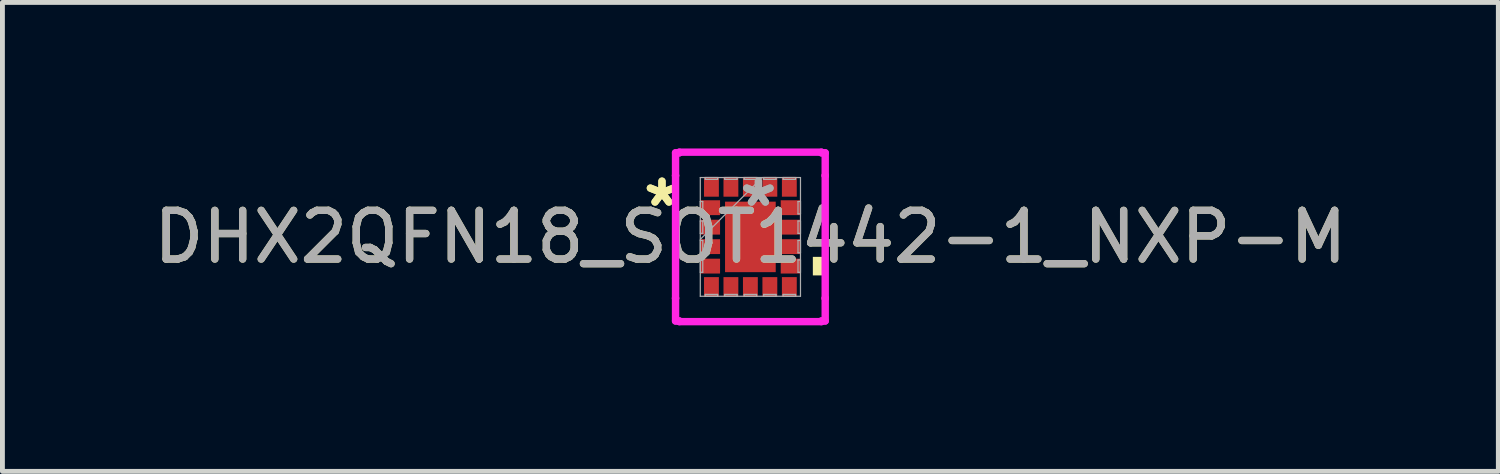
<source format=kicad_pcb>
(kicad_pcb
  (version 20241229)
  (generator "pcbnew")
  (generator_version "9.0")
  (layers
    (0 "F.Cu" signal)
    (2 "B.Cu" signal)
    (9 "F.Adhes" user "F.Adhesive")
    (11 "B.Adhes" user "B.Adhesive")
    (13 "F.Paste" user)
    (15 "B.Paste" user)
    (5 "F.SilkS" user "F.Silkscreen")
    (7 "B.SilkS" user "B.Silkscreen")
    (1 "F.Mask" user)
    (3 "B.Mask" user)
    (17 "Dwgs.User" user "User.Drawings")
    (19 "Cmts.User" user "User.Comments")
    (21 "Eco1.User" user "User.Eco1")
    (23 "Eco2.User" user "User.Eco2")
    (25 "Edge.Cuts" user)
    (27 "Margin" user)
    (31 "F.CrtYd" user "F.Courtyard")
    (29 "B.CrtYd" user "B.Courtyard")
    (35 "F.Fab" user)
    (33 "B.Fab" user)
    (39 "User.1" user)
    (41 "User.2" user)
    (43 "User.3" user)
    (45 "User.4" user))
  (footprint "DHX2QFN18_SOT1442-1_NXP-M"
    (layer "F.Cu")
    (at 12.363 1.816)
    (property "Reference" "DHX2QFN18_SOT1442-1_NXP-M" (at 0 0 0) (unlocked yes) (layer "F.SilkS") (effects (font (size 1 1) (thickness 0.15))))
    (attr smd)
    (fp_poly (pts (xy 1.537 0.41) (xy 1.537 0.791) (xy 1.283 0.791) (xy 1.283 0.41)) (stroke (width 0) (type solid)) (fill yes) (layer "F.SilkS"))
    (fp_line (start -1.537 -1.727) (end -1.46 -1.727) (stroke (width 0.152) (type solid)) (layer "F.CrtYd"))
    (fp_line (start -1.537 -1.26) (end -1.537 -1.727) (stroke (width 0.152) (type solid)) (layer "F.CrtYd"))
    (fp_line (start -1.537 -1.26) (end -1.537 -1.26) (stroke (width 0.152) (type solid)) (layer "F.CrtYd"))
    (fp_line (start -1.537 1.26) (end -1.537 -1.26) (stroke (width 0.152) (type solid)) (layer "F.CrtYd"))
    (fp_line (start -1.537 1.26) (end -1.537 1.26) (stroke (width 0.152) (type solid)) (layer "F.CrtYd"))
    (fp_line (start -1.537 1.727) (end -1.537 1.26) (stroke (width 0.152) (type solid)) (layer "F.CrtYd"))
    (fp_line (start -1.46 -1.74) (end 1.46 -1.74) (stroke (width 0.152) (type solid)) (layer "F.CrtYd"))
    (fp_line (start -1.46 -1.727) (end -1.46 -1.74) (stroke (width 0.152) (type solid)) (layer "F.CrtYd"))
    (fp_line (start -1.46 1.727) (end -1.537 1.727) (stroke (width 0.152) (type solid)) (layer "F.CrtYd"))
    (fp_line (start -1.46 1.74) (end -1.46 1.727) (stroke (width 0.152) (type solid)) (layer "F.CrtYd"))
    (fp_line (start 1.46 -1.74) (end 1.46 -1.727) (stroke (width 0.152) (type solid)) (layer "F.CrtYd"))
    (fp_line (start 1.46 -1.727) (end 1.537 -1.727) (stroke (width 0.152) (type solid)) (layer "F.CrtYd"))
    (fp_line (start 1.46 1.727) (end 1.46 1.74) (stroke (width 0.152) (type solid)) (layer "F.CrtYd"))
    (fp_line (start 1.46 1.74) (end -1.46 1.74) (stroke (width 0.152) (type solid)) (layer "F.CrtYd"))
    (fp_line (start 1.537 -1.727) (end 1.537 -1.26) (stroke (width 0.152) (type solid)) (layer "F.CrtYd"))
    (fp_line (start 1.537 -1.26) (end 1.537 -1.26) (stroke (width 0.152) (type solid)) (layer "F.CrtYd"))
    (fp_line (start 1.537 -1.26) (end 1.537 1.26) (stroke (width 0.152) (type solid)) (layer "F.CrtYd"))
    (fp_line (start 1.537 1.26) (end 1.537 1.26) (stroke (width 0.152) (type solid)) (layer "F.CrtYd"))
    (fp_line (start 1.537 1.26) (end 1.537 1.727) (stroke (width 0.152) (type solid)) (layer "F.CrtYd"))
    (fp_line (start 1.537 1.727) (end 1.46 1.727) (stroke (width 0.152) (type solid)) (layer "F.CrtYd"))
    (fp_line (start -1.029 -1.219) (end -1.029 1.219) (stroke (width 0.025) (type solid)) (layer "F.Fab"))
    (fp_line (start -1.029 -0.727) (end -0.978 -0.727) (stroke (width 0.025) (type solid)) (layer "F.Fab"))
    (fp_line (start -1.029 -0.473) (end -1.029 -0.727) (stroke (width 0.025) (type solid)) (layer "F.Fab"))
    (fp_line (start -1.029 -0.327) (end -0.978 -0.327) (stroke (width 0.025) (type solid)) (layer "F.Fab"))
    (fp_line (start -1.029 -0.073) (end -1.029 -0.327) (stroke (width 0.025) (type solid)) (layer "F.Fab"))
    (fp_line (start -1.029 0.051) (end 0.241 -1.219) (stroke (width 0.025) (type solid)) (layer "F.Fab"))
    (fp_line (start -1.029 0.073) (end -0.978 0.073) (stroke (width 0.025) (type solid)) (layer "F.Fab"))
    (fp_line (start -1.029 0.327) (end -1.029 0.073) (stroke (width 0.025) (type solid)) (layer "F.Fab"))
    (fp_line (start -1.029 0.473) (end -0.978 0.473) (stroke (width 0.025) (type solid)) (layer "F.Fab"))
    (fp_line (start -1.029 0.727) (end -1.029 0.473) (stroke (width 0.025) (type solid)) (layer "F.Fab"))
    (fp_line (start -1.029 1.219) (end 1.029 1.219) (stroke (width 0.025) (type solid)) (layer "F.Fab"))
    (fp_line (start -0.978 -0.727) (end -0.978 -0.473) (stroke (width 0.025) (type solid)) (layer "F.Fab"))
    (fp_line (start -0.978 -0.473) (end -1.029 -0.473) (stroke (width 0.025) (type solid)) (layer "F.Fab"))
    (fp_line (start -0.978 -0.327) (end -0.978 -0.073) (stroke (width 0.025) (type solid)) (layer "F.Fab"))
    (fp_line (start -0.978 -0.073) (end -1.029 -0.073) (stroke (width 0.025) (type solid)) (layer "F.Fab"))
    (fp_line (start -0.978 0.073) (end -0.978 0.327) (stroke (width 0.025) (type solid)) (layer "F.Fab"))
    (fp_line (start -0.978 0.327) (end -1.029 0.327) (stroke (width 0.025) (type solid)) (layer "F.Fab"))
    (fp_line (start -0.978 0.473) (end -0.978 0.727) (stroke (width 0.025) (type solid)) (layer "F.Fab"))
    (fp_line (start -0.978 0.727) (end -1.029 0.727) (stroke (width 0.025) (type solid)) (layer "F.Fab"))
    (fp_line (start -0.927 -1.219) (end -0.673 -1.219) (stroke (width 0.025) (type solid)) (layer "F.Fab"))
    (fp_line (start -0.927 -1.181) (end -0.927 -1.219) (stroke (width 0.025) (type solid)) (layer "F.Fab"))
    (fp_line (start -0.927 1.181) (end -0.673 1.181) (stroke (width 0.025) (type solid)) (layer "F.Fab"))
    (fp_line (start -0.927 1.219) (end -0.927 1.181) (stroke (width 0.025) (type solid)) (layer "F.Fab"))
    (fp_line (start -0.673 -1.219) (end -0.673 -1.181) (stroke (width 0.025) (type solid)) (layer "F.Fab"))
    (fp_line (start -0.673 -1.181) (end -0.927 -1.181) (stroke (width 0.025) (type solid)) (layer "F.Fab"))
    (fp_line (start -0.673 1.181) (end -0.673 1.219) (stroke (width 0.025) (type solid)) (layer "F.Fab"))
    (fp_line (start -0.673 1.219) (end -0.927 1.219) (stroke (width 0.025) (type solid)) (layer "F.Fab"))
    (fp_line (start -0.527 -1.219) (end -0.273 -1.219) (stroke (width 0.025) (type solid)) (layer "F.Fab"))
    (fp_line (start -0.527 -1.181) (end -0.527 -1.219) (stroke (width 0.025) (type solid)) (layer "F.Fab"))
    (fp_line (start -0.527 1.181) (end -0.273 1.181) (stroke (width 0.025) (type solid)) (layer "F.Fab"))
    (fp_line (start -0.527 1.219) (end -0.527 1.181) (stroke (width 0.025) (type solid)) (layer "F.Fab"))
    (fp_line (start -0.273 -1.219) (end -0.273 -1.181) (stroke (width 0.025) (type solid)) (layer "F.Fab"))
    (fp_line (start -0.273 -1.181) (end -0.527 -1.181) (stroke (width 0.025) (type solid)) (layer "F.Fab"))
    (fp_line (start -0.273 1.181) (end -0.273 1.219) (stroke (width 0.025) (type solid)) (layer "F.Fab"))
    (fp_line (start -0.273 1.219) (end -0.527 1.219) (stroke (width 0.025) (type solid)) (layer "F.Fab"))
    (fp_line (start -0.127 -1.219) (end 0.127 -1.219) (stroke (width 0.025) (type solid)) (layer "F.Fab"))
    (fp_line (start -0.127 -1.181) (end -0.127 -1.219) (stroke (width 0.025) (type solid)) (layer "F.Fab"))
    (fp_line (start -0.127 1.181) (end 0.127 1.181) (stroke (width 0.025) (type solid)) (layer "F.Fab"))
    (fp_line (start -0.127 1.219) (end -0.127 1.181) (stroke (width 0.025) (type solid)) (layer "F.Fab"))
    (fp_line (start 0.127 -1.219) (end 0.127 -1.181) (stroke (width 0.025) (type solid)) (layer "F.Fab"))
    (fp_line (start 0.127 -1.181) (end -0.127 -1.181) (stroke (width 0.025) (type solid)) (layer "F.Fab"))
    (fp_line (start 0.127 1.181) (end 0.127 1.219) (stroke (width 0.025) (type solid)) (layer "F.Fab"))
    (fp_line (start 0.127 1.219) (end -0.127 1.219) (stroke (width 0.025) (type solid)) (layer "F.Fab"))
    (fp_line (start 0.273 -1.219) (end 0.527 -1.219) (stroke (width 0.025) (type solid)) (layer "F.Fab"))
    (fp_line (start 0.273 -1.181) (end 0.273 -1.219) (stroke (width 0.025) (type solid)) (layer "F.Fab"))
    (fp_line (start 0.273 1.181) (end 0.527 1.181) (stroke (width 0.025) (type solid)) (layer "F.Fab"))
    (fp_line (start 0.273 1.219) (end 0.273 1.181) (stroke (width 0.025) (type solid)) (layer "F.Fab"))
    (fp_line (start 0.527 -1.219) (end 0.527 -1.181) (stroke (width 0.025) (type solid)) (layer "F.Fab"))
    (fp_line (start 0.527 -1.181) (end 0.273 -1.181) (stroke (width 0.025) (type solid)) (layer "F.Fab"))
    (fp_line (start 0.527 1.181) (end 0.527 1.219) (stroke (width 0.025) (type solid)) (layer "F.Fab"))
    (fp_line (start 0.527 1.219) (end 0.273 1.219) (stroke (width 0.025) (type solid)) (layer "F.Fab"))
    (fp_line (start 0.673 -1.219) (end 0.927 -1.219) (stroke (width 0.025) (type solid)) (layer "F.Fab"))
    (fp_line (start 0.673 -1.181) (end 0.673 -1.219) (stroke (width 0.025) (type solid)) (layer "F.Fab"))
    (fp_line (start 0.673 1.181) (end 0.927 1.181) (stroke (width 0.025) (type solid)) (layer "F.Fab"))
    (fp_line (start 0.673 1.219) (end 0.673 1.181) (stroke (width 0.025) (type solid)) (layer "F.Fab"))
    (fp_line (start 0.927 -1.219) (end 0.927 -1.181) (stroke (width 0.025) (type solid)) (layer "F.Fab"))
    (fp_line (start 0.927 -1.181) (end 0.673 -1.181) (stroke (width 0.025) (type solid)) (layer "F.Fab"))
    (fp_line (start 0.927 1.181) (end 0.927 1.219) (stroke (width 0.025) (type solid)) (layer "F.Fab"))
    (fp_line (start 0.927 1.219) (end 0.673 1.219) (stroke (width 0.025) (type solid)) (layer "F.Fab"))
    (fp_line (start 0.978 -0.727) (end 1.029 -0.727) (stroke (width 0.025) (type solid)) (layer "F.Fab"))
    (fp_line (start 0.978 -0.473) (end 0.978 -0.727) (stroke (width 0.025) (type solid)) (layer "F.Fab"))
    (fp_line (start 0.978 -0.327) (end 1.029 -0.327) (stroke (width 0.025) (type solid)) (layer "F.Fab"))
    (fp_line (start 0.978 -0.073) (end 0.978 -0.327) (stroke (width 0.025) (type solid)) (layer "F.Fab"))
    (fp_line (start 0.978 0.073) (end 1.029 0.073) (stroke (width 0.025) (type solid)) (layer "F.Fab"))
    (fp_line (start 0.978 0.327) (end 0.978 0.073) (stroke (width 0.025) (type solid)) (layer "F.Fab"))
    (fp_line (start 0.978 0.473) (end 1.029 0.473) (stroke (width 0.025) (type solid)) (layer "F.Fab"))
    (fp_line (start 0.978 0.727) (end 0.978 0.473) (stroke (width 0.025) (type solid)) (layer "F.Fab"))
    (fp_line (start 1.029 -1.219) (end -1.029 -1.219) (stroke (width 0.025) (type solid)) (layer "F.Fab"))
    (fp_line (start 1.029 -0.727) (end 1.029 -0.473) (stroke (width 0.025) (type solid)) (layer "F.Fab"))
    (fp_line (start 1.029 -0.473) (end 0.978 -0.473) (stroke (width 0.025) (type solid)) (layer "F.Fab"))
    (fp_line (start 1.029 -0.327) (end 1.029 -0.073) (stroke (width 0.025) (type solid)) (layer "F.Fab"))
    (fp_line (start 1.029 -0.073) (end 0.978 -0.073) (stroke (width 0.025) (type solid)) (layer "F.Fab"))
    (fp_line (start 1.029 0.073) (end 1.029 0.327) (stroke (width 0.025) (type solid)) (layer "F.Fab"))
    (fp_line (start 1.029 0.327) (end 0.978 0.327) (stroke (width 0.025) (type solid)) (layer "F.Fab"))
    (fp_line (start 1.029 0.473) (end 1.029 0.727) (stroke (width 0.025) (type solid)) (layer "F.Fab"))
    (fp_line (start 1.029 0.727) (end 0.978 0.727) (stroke (width 0.025) (type solid)) (layer "F.Fab"))
    (fp_line (start 1.029 1.219) (end 1.029 -1.219) (stroke (width 0.025) (type solid)) (layer "F.Fab"))
    (fp_text user "*" (at -1.816 -0.6 0) (layer "F.SilkS") (effects (font (size 1 1) (thickness 0.15))))
    (fp_text user "*" (at -1.816 -0.6 0) (unlocked yes) (layer "F.SilkS") (effects (font (size 1 1) (thickness 0.15))))
    (fp_text user "*" (at 0.165 -0.6 0) (unlocked yes) (layer "F.Fab") (effects (font (size 1 1) (thickness 0.15))))
    (fp_text user "${REFERENCE}" (at 0 0 0) (unlocked yes) (layer "F.Fab") (effects (font (size 1 1) (thickness 0.15))))
    (fp_text user "*" (at 0.165 -0.6 0) (layer "F.Fab") (effects (font (size 1 1) (thickness 0.15))))
    (pad "1" smd rect (at -0.826 -0.6 90) (size 0.305 0.406) (layers "F.Cu" "F.Mask" "F.Paste"))
    (pad "2" smd rect (at -0.826 -0.2 90) (size 0.305 0.406) (layers "F.Cu" "F.Mask" "F.Paste"))
    (pad "3" smd rect (at -0.826 0.2 90) (size 0.305 0.406) (layers "F.Cu" "F.Mask" "F.Paste"))
    (pad "4" smd rect (at -0.826 0.6 90) (size 0.305 0.406) (layers "F.Cu" "F.Mask" "F.Paste"))
    (pad "5" smd rect (at -0.8 1.029) (size 0.305 0.406) (layers "F.Cu" "F.Mask" "F.Paste"))
    (pad "6" smd rect (at -0.4 1.029) (size 0.305 0.406) (layers "F.Cu" "F.Mask" "F.Paste"))
    (pad "7" smd rect (at 0 1.029) (size 0.305 0.406) (layers "F.Cu" "F.Mask" "F.Paste"))
    (pad "8" smd rect (at 0.4 1.029) (size 0.305 0.406) (layers "F.Cu" "F.Mask" "F.Paste"))
    (pad "9" smd rect (at 0.8 1.029) (size 0.305 0.406) (layers "F.Cu" "F.Mask" "F.Paste"))
    (pad "10" smd rect (at 0.826 0.6 90) (size 0.305 0.406) (layers "F.Cu" "F.Mask" "F.Paste"))
    (pad "11" smd rect (at 0.826 0.2 90) (size 0.305 0.406) (layers "F.Cu" "F.Mask" "F.Paste"))
    (pad "12" smd rect (at 0.826 -0.2 90) (size 0.305 0.406) (layers "F.Cu" "F.Mask" "F.Paste"))
    (pad "13" smd rect (at 0.826 -0.6 90) (size 0.305 0.406) (layers "F.Cu" "F.Mask" "F.Paste"))
    (pad "14" smd rect (at 0.8 -1.029) (size 0.305 0.406) (layers "F.Cu" "F.Mask" "F.Paste"))
    (pad "15" smd rect (at 0.4 -1.029) (size 0.305 0.406) (layers "F.Cu" "F.Mask" "F.Paste"))
    (pad "16" smd rect (at 0 -1.029) (size 0.305 0.406) (layers "F.Cu" "F.Mask" "F.Paste"))
    (pad "17" smd rect (at -0.4 -1.029) (size 0.305 0.406) (layers "F.Cu" "F.Mask" "F.Paste"))
    (pad "18" smd rect (at -0.8 -1.029) (size 0.305 0.406) (layers "F.Cu" "F.Mask" "F.Paste"))
    (pad "19" smd rect (at 0 0) (size 1.041 1.448) (layers "F.Cu" "F.Mask" "F.Paste")))
  (gr_rect
    (start -3 -3)
    (end 27.726 6.632)
    (stroke (width 0.1) (type default))
    (fill no)
    (layer "Edge.Cuts")))
</source>
